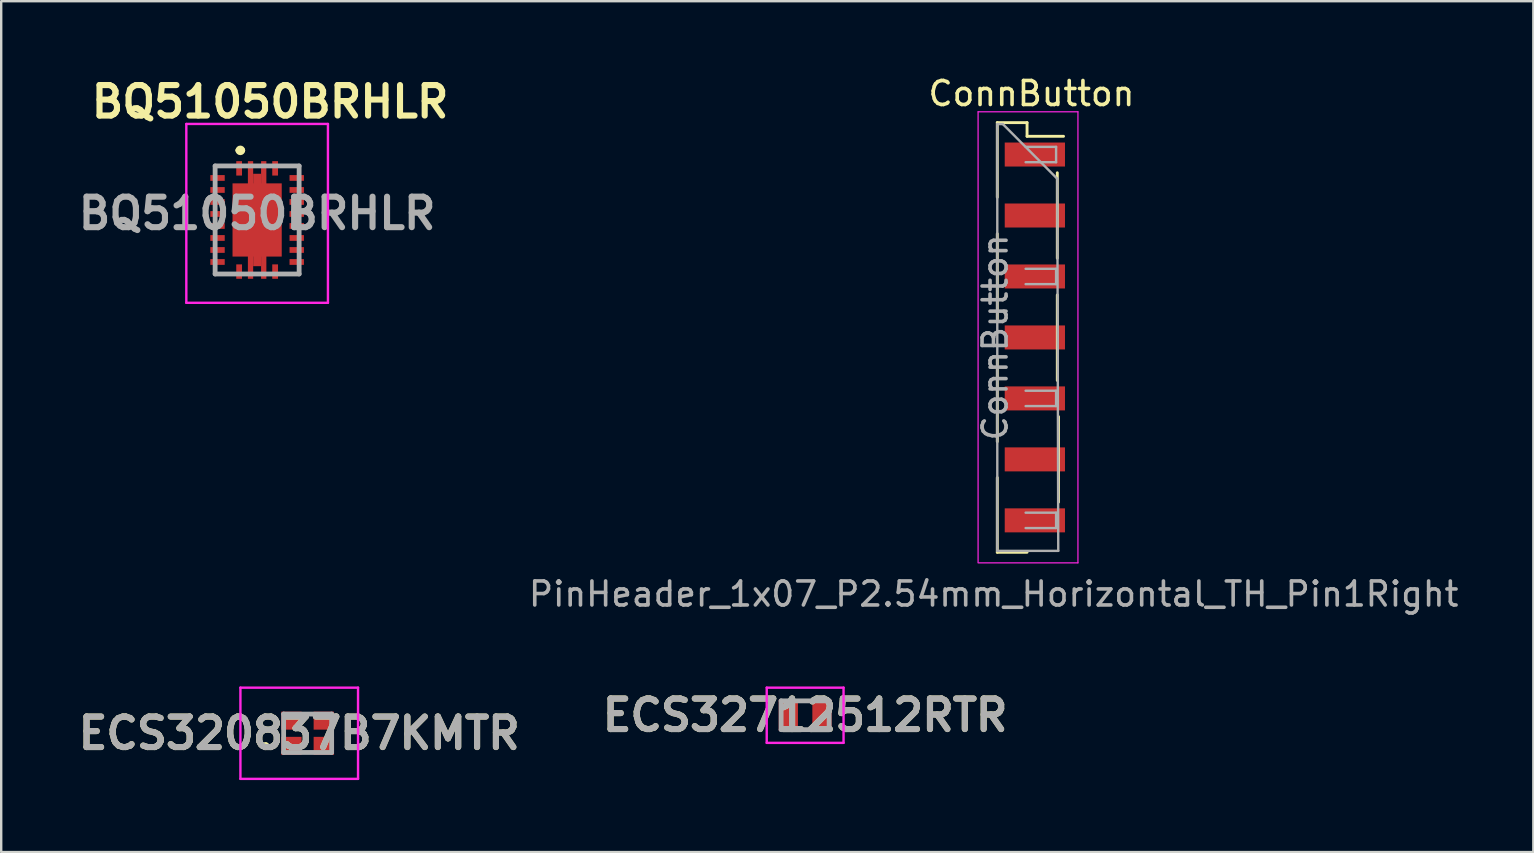
<source format=kicad_pcb>
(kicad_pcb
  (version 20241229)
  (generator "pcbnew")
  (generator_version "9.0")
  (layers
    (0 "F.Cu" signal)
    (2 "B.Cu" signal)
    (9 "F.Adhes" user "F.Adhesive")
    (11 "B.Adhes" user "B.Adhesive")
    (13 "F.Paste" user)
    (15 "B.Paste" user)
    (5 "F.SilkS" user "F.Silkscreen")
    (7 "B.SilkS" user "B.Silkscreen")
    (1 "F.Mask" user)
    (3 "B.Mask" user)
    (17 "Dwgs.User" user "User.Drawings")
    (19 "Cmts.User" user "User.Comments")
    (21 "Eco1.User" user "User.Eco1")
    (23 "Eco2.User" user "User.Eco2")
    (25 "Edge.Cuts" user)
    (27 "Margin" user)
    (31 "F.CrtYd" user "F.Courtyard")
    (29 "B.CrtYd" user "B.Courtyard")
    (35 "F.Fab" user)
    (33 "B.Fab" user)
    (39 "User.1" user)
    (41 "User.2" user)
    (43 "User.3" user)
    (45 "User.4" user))
  (footprint "ECS32712512RTR"
    (layer "F.Cu")
    (at 30.492 26.747)
    (property "Reference" "ECS32712512RTR" (at 0 0 0) (layer "F.SilkS") (effects (font (size 1.27 1.27) (thickness 0.254))))
    (attr smd)
    (fp_line (start -0.2 -0.6) (end 0.2 -0.6) (stroke (width 0.1) (type solid)) (layer "F.SilkS"))
    (fp_line (start -0.2 0.6) (end 0.2 0.6) (stroke (width 0.1) (type solid)) (layer "F.SilkS"))
    (fp_line (start -1.6 -1.15) (end 1.6 -1.15) (stroke (width 0.1) (type solid)) (layer "F.CrtYd"))
    (fp_line (start -1.6 1.15) (end -1.6 -1.15) (stroke (width 0.1) (type solid)) (layer "F.CrtYd"))
    (fp_line (start 1.6 -1.15) (end 1.6 1.15) (stroke (width 0.1) (type solid)) (layer "F.CrtYd"))
    (fp_line (start 1.6 1.15) (end -1.6 1.15) (stroke (width 0.1) (type solid)) (layer "F.CrtYd"))
    (fp_line (start -1 -0.6) (end 1 -0.6) (stroke (width 0.2) (type solid)) (layer "F.Fab"))
    (fp_line (start -1 0.6) (end -1 -0.6) (stroke (width 0.2) (type solid)) (layer "F.Fab"))
    (fp_line (start 1 -0.6) (end 1 0.6) (stroke (width 0.2) (type solid)) (layer "F.Fab"))
    (fp_line (start 1 0.6) (end -1 0.6) (stroke (width 0.2) (type solid)) (layer "F.Fab"))
    (fp_text user "${REFERENCE}" (at 0 0 0) (layer "F.Fab") (effects (font (size 1.27 1.27) (thickness 0.254))))
    (pad "1" smd rect (at -0.7 0) (size 0.8 1.3) (layers "F.Cu" "F.Mask" "F.Paste"))
    (pad "2" smd rect (at 0.7 0) (size 0.8 1.3) (layers "F.Cu" "F.Mask" "F.Paste")))
  (footprint "ConnButton"
    (layer "F.Cu")
    (at 38.397 0.548)
    (property "Reference" "ConnButton" (at 1.525 0.3 0) (layer "F.SilkS") (effects (font (size 1 1) (thickness 0.15))))
    (attr through_hole)
    (fp_line (start 0.1 1.51) (end 0.1 4.62) (stroke (width 0.12) (type solid)) (layer "F.SilkS"))
    (fp_line (start 0.1 1.51) (end 1.34 1.51) (stroke (width 0.12) (type solid)) (layer "F.SilkS"))
    (fp_line (start 0.1 6.14) (end 0.1 9.7) (stroke (width 0.12) (type solid)) (layer "F.SilkS"))
    (fp_line (start 0.1 11.24) (end 0.1 14.8) (stroke (width 0.12) (type solid)) (layer "F.SilkS"))
    (fp_line (start 0.1 16.3) (end 0.1 19.41) (stroke (width 0.12) (type solid)) (layer "F.SilkS"))
    (fp_line (start 0.1 19.41) (end 1.34 19.41) (stroke (width 0.12) (type solid)) (layer "F.SilkS"))
    (fp_line (start 1.34 1.51) (end 1.34 2.08) (stroke (width 0.12) (type solid)) (layer "F.SilkS"))
    (fp_line (start 1.34 2.08) (end 2.86 2.08) (stroke (width 0.12) (type solid)) (layer "F.SilkS"))
    (fp_line (start 2.6 3.6) (end 2.6 7.16) (stroke (width 0.12) (type solid)) (layer "F.SilkS"))
    (fp_line (start 2.6 8.69) (end 2.6 12.25) (stroke (width 0.12) (type solid)) (layer "F.SilkS"))
    (fp_line (start 2.65 13.76) (end 2.65 17.32) (stroke (width 0.12) (type solid)) (layer "F.SilkS"))
    (fp_line (start -0.7 1.06) (end -0.7 19.825) (stroke (width 0.05) (type solid)) (layer "F.CrtYd"))
    (fp_line (start -0.7 19.85) (end 3.46 19.85) (stroke (width 0.05) (type solid)) (layer "F.CrtYd"))
    (fp_line (start 3.46 1.06) (end -0.7 1.06) (stroke (width 0.05) (type solid)) (layer "F.CrtYd"))
    (fp_line (start 3.46 19.85) (end 3.46 1.06) (stroke (width 0.05) (type solid)) (layer "F.CrtYd"))
    (fp_line (start 0.1 1.57) (end 0.1 19.35) (stroke (width 0.1) (type solid)) (layer "F.Fab"))
    (fp_line (start 0.1 1.57) (end 0.33 1.57) (stroke (width 0.1) (type solid)) (layer "F.Fab"))
    (fp_line (start 1.28 2.52) (end 2.55 2.52) (stroke (width 0.1) (type solid)) (layer "F.Fab"))
    (fp_line (start 1.28 7.6) (end 2.55 7.6) (stroke (width 0.1) (type solid)) (layer "F.Fab"))
    (fp_line (start 1.28 12.68) (end 2.55 12.68) (stroke (width 0.1) (type solid)) (layer "F.Fab"))
    (fp_line (start 1.28 17.76) (end 2.55 17.76) (stroke (width 0.1) (type solid)) (layer "F.Fab"))
    (fp_line (start 2.55 2.52) (end 2.55 3.16) (stroke (width 0.1) (type solid)) (layer "F.Fab"))
    (fp_line (start 2.55 3.16) (end 1.28 3.16) (stroke (width 0.1) (type solid)) (layer "F.Fab"))
    (fp_line (start 2.55 7.6) (end 2.55 8.24) (stroke (width 0.1) (type solid)) (layer "F.Fab"))
    (fp_line (start 2.55 8.24) (end 1.28 8.24) (stroke (width 0.1) (type solid)) (layer "F.Fab"))
    (fp_line (start 2.55 12.68) (end 2.55 13.32) (stroke (width 0.1) (type solid)) (layer "F.Fab"))
    (fp_line (start 2.55 13.32) (end 1.28 13.32) (stroke (width 0.1) (type solid)) (layer "F.Fab"))
    (fp_line (start 2.55 17.76) (end 2.55 18.4) (stroke (width 0.1) (type solid)) (layer "F.Fab"))
    (fp_line (start 2.55 18.4) (end 1.28 18.4) (stroke (width 0.1) (type solid)) (layer "F.Fab"))
    (fp_line (start 2.6 3.85) (end 0.33 1.57) (stroke (width 0.1) (type solid)) (layer "F.Fab"))
    (fp_line (start 2.64 19.35) (end 0.1 19.35) (stroke (width 0.1) (type solid)) (layer "F.Fab"))
    (fp_line (start 2.64 19.35) (end 2.6 3.85) (stroke (width 0.1) (type solid)) (layer "F.Fab"))
    (fp_text user "PinHeader_1x07_P2.54mm_Horizontal_TH_Pin1Right" (at -0.05 21.15 0) (layer "F.Fab") (effects (font (size 1 1) (thickness 0.15))))
    (fp_text user "${REFERENCE}" (at 0.01 10.46 90) (layer "F.Fab") (effects (font (size 1 1) (thickness 0.15))))
    (pad "1" smd rect (at 1.665 2.84) (size 2.51 1) (layers "F.Cu" "F.Mask" "F.Paste"))
    (pad "2" smd rect (at 1.665 5.38) (size 2.51 1) (layers "F.Cu" "F.Mask" "F.Paste"))
    (pad "3" smd rect (at 1.665 7.92) (size 2.51 1) (layers "F.Cu" "F.Mask" "F.Paste"))
    (pad "4" smd rect (at 1.665 10.46) (size 2.51 1) (layers "F.Cu" "F.Mask" "F.Paste"))
    (pad "5" smd rect (at 1.665 13) (size 2.51 1) (layers "F.Cu" "F.Mask" "F.Paste"))
    (pad "6" smd rect (at 1.665 15.54) (size 2.51 1) (layers "F.Cu" "F.Mask" "F.Paste"))
    (pad "7" smd rect (at 1.665 18.08) (size 2.51 1) (layers "F.Cu" "F.Mask" "F.Paste")))
  (footprint "BQ51050BRHLR"
    (layer "F.Cu")
    (at 7.662 5.739)
    (property "Reference" "BQ51050BRHLR" (at 0.54 -4.55 0) (layer "F.SilkS") (effects (font (size 1.27 1.27) (thickness 0.254))))
    (attr smd)
    (fp_line (start -1.75 -1.875) (end -1.75 -1.625) (stroke (width 0.1) (type solid)) (layer "F.SilkS"))
    (fp_line (start -1.75 2.375) (end -1.75 2.625) (stroke (width 0.1) (type solid)) (layer "F.SilkS"))
    (fp_line (start -1.75 2.625) (end -1.5 2.625) (stroke (width 0.1) (type solid)) (layer "F.SilkS"))
    (fp_line (start -1.5 -1.875) (end -1.75 -1.875) (stroke (width 0.1) (type solid)) (layer "F.SilkS"))
    (fp_line (start -0.8 -2.525) (end -0.8 -2.525) (stroke (width 0.2) (type solid)) (layer "F.SilkS"))
    (fp_line (start -0.6 -2.525) (end -0.6 -2.525) (stroke (width 0.2) (type solid)) (layer "F.SilkS"))
    (fp_line (start 1.5 -1.875) (end 1.75 -1.875) (stroke (width 0.1) (type solid)) (layer "F.SilkS"))
    (fp_line (start 1.75 -1.875) (end 1.75 -1.625) (stroke (width 0.1) (type solid)) (layer "F.SilkS"))
    (fp_line (start 1.75 2.375) (end 1.75 2.625) (stroke (width 0.1) (type solid)) (layer "F.SilkS"))
    (fp_line (start 1.75 2.625) (end 1.5 2.625) (stroke (width 0.1) (type solid)) (layer "F.SilkS"))
    (fp_arc (start -0.8 -2.525) (mid -0.7 -2.625) (end -0.6 -2.525) (stroke (width 0.2) (type solid)) (layer "F.SilkS"))
    (fp_arc (start -0.6 -2.525) (mid -0.7 -2.425) (end -0.8 -2.525) (stroke (width 0.2) (type solid)) (layer "F.SilkS"))
    (fp_line (start -2.95 -3.625) (end 2.95 -3.625) (stroke (width 0.1) (type solid)) (layer "F.CrtYd"))
    (fp_line (start -2.95 3.825) (end -2.95 -3.625) (stroke (width 0.1) (type solid)) (layer "F.CrtYd"))
    (fp_line (start 2.95 -3.625) (end 2.95 3.825) (stroke (width 0.1) (type solid)) (layer "F.CrtYd"))
    (fp_line (start 2.95 3.825) (end -2.95 3.825) (stroke (width 0.1) (type solid)) (layer "F.CrtYd"))
    (fp_line (start -1.75 -1.875) (end 1.75 -1.875) (stroke (width 0.2) (type solid)) (layer "F.Fab"))
    (fp_line (start -1.75 2.625) (end -1.75 -1.875) (stroke (width 0.2) (type solid)) (layer "F.Fab"))
    (fp_line (start 1.75 -1.875) (end 1.75 2.625) (stroke (width 0.2) (type solid)) (layer "F.Fab"))
    (fp_line (start 1.75 2.625) (end -1.75 2.625) (stroke (width 0.2) (type solid)) (layer "F.Fab"))
    (fp_text user "${REFERENCE}" (at 0 0.1 0) (layer "F.Fab") (effects (font (size 1.27 1.27) (thickness 0.254))))
    (pad "1" smd rect (at -0.75 -1.775) (size 0.24 0.6) (layers "F.Cu" "F.Mask" "F.Paste"))
    (pad "2" smd rect (at -1.65 -1.375 90) (size 0.24 0.6) (layers "F.Cu" "F.Mask" "F.Paste"))
    (pad "3" smd rect (at -1.65 -0.875 90) (size 0.24 0.6) (layers "F.Cu" "F.Mask" "F.Paste"))
    (pad "4" smd rect (at -1.65 -0.375 90) (size 0.24 0.6) (layers "F.Cu" "F.Mask" "F.Paste"))
    (pad "5" smd rect (at -1.65 0.125 90) (size 0.24 0.6) (layers "F.Cu" "F.Mask" "F.Paste"))
    (pad "6" smd rect (at -1.65 0.625 90) (size 0.24 0.6) (layers "F.Cu" "F.Mask" "F.Paste"))
    (pad "7" smd rect (at -1.65 1.125 90) (size 0.24 0.6) (layers "F.Cu" "F.Mask" "F.Paste"))
    (pad "8" smd rect (at -1.65 1.625 90) (size 0.24 0.6) (layers "F.Cu" "F.Mask" "F.Paste"))
    (pad "9" smd rect (at -1.65 2.125 90) (size 0.24 0.6) (layers "F.Cu" "F.Mask" "F.Paste"))
    (pad "10" smd rect (at -0.75 2.525) (size 0.24 0.6) (layers "F.Cu" "F.Mask" "F.Paste"))
    (pad "11" smd rect (at 0.75 2.525) (size 0.24 0.6) (layers "F.Cu" "F.Mask" "F.Paste"))
    (pad "12" smd rect (at 1.65 2.125 90) (size 0.24 0.6) (layers "F.Cu" "F.Mask" "F.Paste"))
    (pad "13" smd rect (at 1.65 1.625 90) (size 0.24 0.6) (layers "F.Cu" "F.Mask" "F.Paste"))
    (pad "14" smd rect (at 1.65 1.125 90) (size 0.24 0.6) (layers "F.Cu" "F.Mask" "F.Paste"))
    (pad "15" smd rect (at 1.65 0.625 90) (size 0.24 0.6) (layers "F.Cu" "F.Mask" "F.Paste"))
    (pad "16" smd rect (at 1.65 0.125 90) (size 0.24 0.6) (layers "F.Cu" "F.Mask" "F.Paste"))
    (pad "17" smd rect (at 1.65 -0.375 90) (size 0.24 0.6) (layers "F.Cu" "F.Mask" "F.Paste"))
    (pad "18" smd rect (at 1.65 -0.875 90) (size 0.24 0.6) (layers "F.Cu" "F.Mask" "F.Paste"))
    (pad "19" smd rect (at 1.65 -1.375 90) (size 0.24 0.6) (layers "F.Cu" "F.Mask" "F.Paste"))
    (pad "20" smd rect (at 0.75 -1.775) (size 0.24 0.6) (layers "F.Cu" "F.Mask" "F.Paste"))
    (pad "21" smd rect (at -0.275 0.375 90) (size 4.9 0.22) (layers "F.Cu" "F.Mask" "F.Paste"))
    (pad "21" smd rect (at 0 0.375) (size 2.05 3.05) (layers "F.Cu" "F.Mask" "F.Paste"))
    (pad "21" smd rect (at 0 0.375 90) (size 3.85 0.33) (layers "F.Cu" "F.Mask" "F.Paste"))
    (pad "21" smd rect (at 0.275 0.375 90) (size 4.9 0.22) (layers "F.Cu" "F.Mask" "F.Paste")))
  (footprint "ECS320837B7KMTR"
    (layer "F.Cu")
    (at 9.766 27.497)
    (property "Reference" "ECS320837B7KMTR" (at -0.35 0 0) (layer "F.SilkS") (effects (font (size 1.27 1.27) (thickness 0.254))))
    (attr smd)
    (fp_line (start -1.8 0.525) (end -1.8 0.525) (stroke (width 0.2) (type solid)) (layer "F.SilkS"))
    (fp_line (start -1.7 0.525) (end -1.7 0.525) (stroke (width 0.2) (type solid)) (layer "F.SilkS"))
    (fp_line (start -1.7 0.525) (end -1.7 0.525) (stroke (width 0.2) (type solid)) (layer "F.SilkS"))
    (fp_arc (start -1.8 0.525) (mid -1.75 0.475) (end -1.7 0.525) (stroke (width 0.2) (type solid)) (layer "F.SilkS"))
    (fp_arc (start -1.8 0.525) (mid -1.75 0.475) (end -1.7 0.525) (stroke (width 0.2) (type solid)) (layer "F.SilkS"))
    (fp_arc (start -1.7 0.525) (mid -1.75 0.575) (end -1.8 0.525) (stroke (width 0.2) (type solid)) (layer "F.SilkS"))
    (fp_line (start -2.8 -1.9) (end 2.1 -1.9) (stroke (width 0.1) (type solid)) (layer "F.CrtYd"))
    (fp_line (start -2.8 1.9) (end -2.8 -1.9) (stroke (width 0.1) (type solid)) (layer "F.CrtYd"))
    (fp_line (start 2.1 -1.9) (end 2.1 1.9) (stroke (width 0.1) (type solid)) (layer "F.CrtYd"))
    (fp_line (start 2.1 1.9) (end -2.8 1.9) (stroke (width 0.1) (type solid)) (layer "F.CrtYd"))
    (fp_line (start -1 -0.8) (end 1 -0.8) (stroke (width 0.2) (type solid)) (layer "F.Fab"))
    (fp_line (start -1 0.8) (end -1 -0.8) (stroke (width 0.2) (type solid)) (layer "F.Fab"))
    (fp_line (start 1 -0.8) (end 1 0.8) (stroke (width 0.2) (type solid)) (layer "F.Fab"))
    (fp_line (start 1 0.8) (end -1 0.8) (stroke (width 0.2) (type solid)) (layer "F.Fab"))
    (fp_text user "${REFERENCE}" (at -0.35 0 0) (layer "F.Fab") (effects (font (size 1.27 1.27) (thickness 0.254))))
    (pad "1" smd rect (at -0.675 0.525 90) (size 0.75 0.85) (layers "F.Cu" "F.Mask" "F.Paste"))
    (pad "2" smd rect (at 0.675 0.525 90) (size 0.75 0.85) (layers "F.Cu" "F.Mask" "F.Paste"))
    (pad "3" smd rect (at 0.675 -0.525 90) (size 0.75 0.85) (layers "F.Cu" "F.Mask" "F.Paste"))
    (pad "4" smd rect (at -0.675 -0.525 90) (size 0.75 0.85) (layers "F.Cu" "F.Mask" "F.Paste")))
  (gr_rect
    (start -3 -3)
    (end 60.829 32.447)
    (stroke (width 0.1) (type default))
    (fill no)
    (layer "Edge.Cuts")))
</source>
